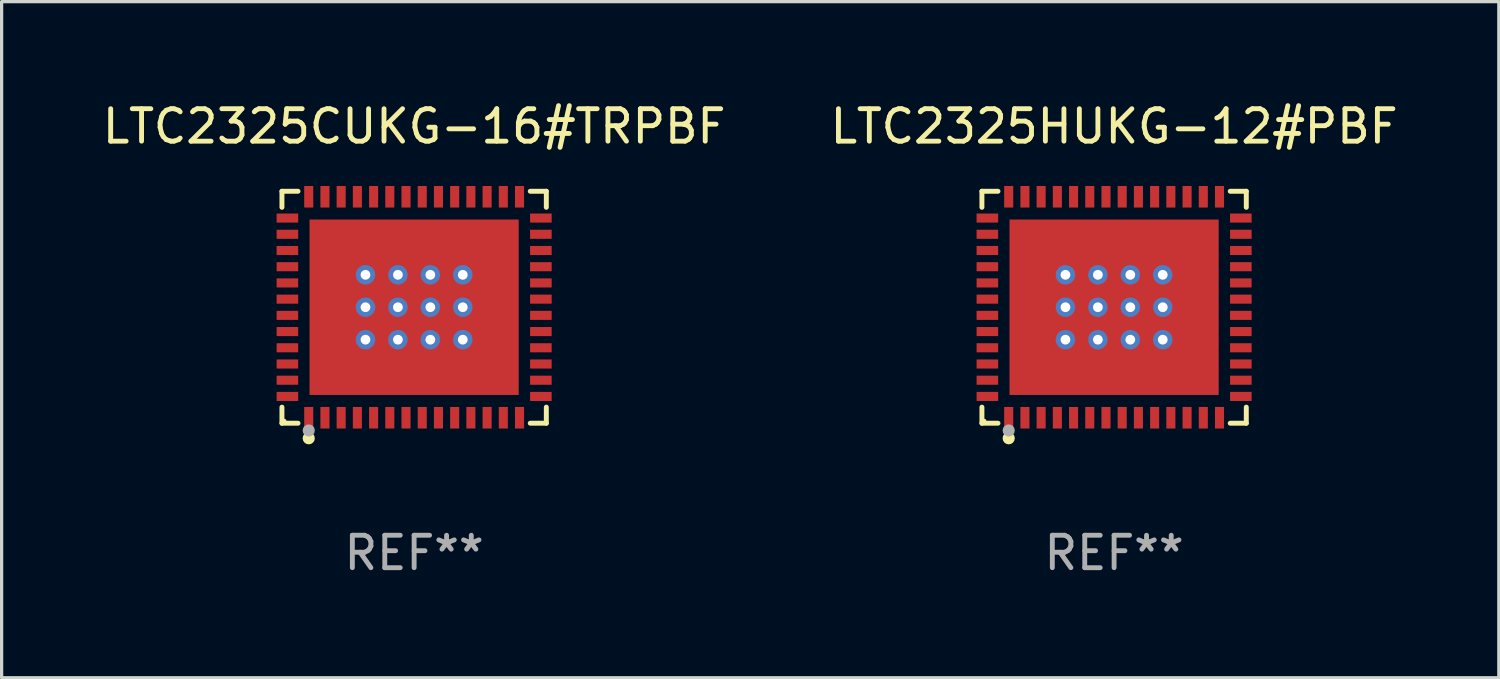
<source format=kicad_pcb>
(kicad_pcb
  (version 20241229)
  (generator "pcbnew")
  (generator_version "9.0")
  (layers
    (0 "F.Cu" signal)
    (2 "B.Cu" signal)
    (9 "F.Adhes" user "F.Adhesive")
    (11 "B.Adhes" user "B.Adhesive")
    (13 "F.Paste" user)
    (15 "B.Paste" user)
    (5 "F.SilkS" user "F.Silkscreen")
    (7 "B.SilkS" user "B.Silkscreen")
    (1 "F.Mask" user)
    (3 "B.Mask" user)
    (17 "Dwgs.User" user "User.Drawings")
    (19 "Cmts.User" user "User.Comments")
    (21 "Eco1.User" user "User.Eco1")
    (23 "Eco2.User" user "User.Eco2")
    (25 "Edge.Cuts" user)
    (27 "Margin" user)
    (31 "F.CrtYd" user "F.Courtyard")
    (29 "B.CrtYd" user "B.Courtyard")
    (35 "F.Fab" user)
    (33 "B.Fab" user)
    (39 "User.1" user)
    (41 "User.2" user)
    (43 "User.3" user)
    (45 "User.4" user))
  (footprint "LTC2325HUKG-12#PBF"
    (layer "F.Cu")
    (at 31.304 6.424)
    (property "Reference" "LTC2325HUKG-12#PBF" (at 0 -5.576 0) (layer "F.SilkS") (effects (font (size 1 1) (thickness 0.15))))
    (attr through_hole)
    (fp_line (start -4.076 -3.576) (end -3.581 -3.576) (stroke (width 0.152) (type solid)) (layer "F.SilkS"))
    (fp_line (start -4.076 -3.081) (end -4.076 -3.576) (stroke (width 0.152) (type solid)) (layer "F.SilkS"))
    (fp_line (start -4.076 3.081) (end -4.076 3.576) (stroke (width 0.152) (type solid)) (layer "F.SilkS"))
    (fp_line (start -4.076 3.576) (end -3.581 3.576) (stroke (width 0.152) (type solid)) (layer "F.SilkS"))
    (fp_line (start 4.076 -3.576) (end 3.581 -3.576) (stroke (width 0.152) (type solid)) (layer "F.SilkS"))
    (fp_line (start 4.076 -3.081) (end 4.076 -3.576) (stroke (width 0.152) (type solid)) (layer "F.SilkS"))
    (fp_line (start 4.076 3.081) (end 4.076 3.576) (stroke (width 0.152) (type solid)) (layer "F.SilkS"))
    (fp_line (start 4.076 3.576) (end 3.581 3.576) (stroke (width 0.152) (type solid)) (layer "F.SilkS"))
    (fp_circle (center -4 3.5) (end -3.97 3.5) (stroke (width 0.06) (type solid)) (fill no) (layer "F.SilkS"))
    (fp_circle (center -3.25 4.04) (end -3.156 4.04) (stroke (width 0.188) (type solid)) (fill no) (layer "F.SilkS"))
    (fp_circle (center -3.25 3.8) (end -3.156 3.8) (stroke (width 0.188) (type solid)) (fill no) (layer "F.Fab"))
    (fp_text user "REF**" (at 0 7.576 0) (layer "F.Fab") (effects (font (size 1 1) (thickness 0.15))))
    (pad "1" smd rect (at -3.25 3.407) (size 0.28 0.665) (layers "F.Cu" "F.Mask" "F.Paste"))
    (pad "2" smd rect (at -2.75 3.407) (size 0.28 0.665) (layers "F.Cu" "F.Mask" "F.Paste"))
    (pad "3" smd rect (at -2.25 3.407) (size 0.28 0.665) (layers "F.Cu" "F.Mask" "F.Paste"))
    (pad "4" smd rect (at -1.75 3.407) (size 0.28 0.665) (layers "F.Cu" "F.Mask" "F.Paste"))
    (pad "5" smd rect (at -1.25 3.407) (size 0.28 0.665) (layers "F.Cu" "F.Mask" "F.Paste"))
    (pad "6" smd rect (at -0.75 3.407) (size 0.28 0.665) (layers "F.Cu" "F.Mask" "F.Paste"))
    (pad "7" smd rect (at -0.25 3.407) (size 0.28 0.665) (layers "F.Cu" "F.Mask" "F.Paste"))
    (pad "8" smd rect (at 0.25 3.407) (size 0.28 0.665) (layers "F.Cu" "F.Mask" "F.Paste"))
    (pad "9" smd rect (at 0.75 3.407) (size 0.28 0.665) (layers "F.Cu" "F.Mask" "F.Paste"))
    (pad "10" smd rect (at 1.25 3.407) (size 0.28 0.665) (layers "F.Cu" "F.Mask" "F.Paste"))
    (pad "11" smd rect (at 1.75 3.407) (size 0.28 0.665) (layers "F.Cu" "F.Mask" "F.Paste"))
    (pad "12" smd rect (at 2.25 3.407) (size 0.28 0.665) (layers "F.Cu" "F.Mask" "F.Paste"))
    (pad "13" smd rect (at 2.75 3.407) (size 0.28 0.665) (layers "F.Cu" "F.Mask" "F.Paste"))
    (pad "14" smd rect (at 3.25 3.407) (size 0.28 0.665) (layers "F.Cu" "F.Mask" "F.Paste"))
    (pad "15" smd rect (at 3.908 2.75) (size 0.665 0.28) (layers "F.Cu" "F.Mask" "F.Paste"))
    (pad "16" smd rect (at 3.908 2.25) (size 0.665 0.28) (layers "F.Cu" "F.Mask" "F.Paste"))
    (pad "17" smd rect (at 3.908 1.75) (size 0.665 0.28) (layers "F.Cu" "F.Mask" "F.Paste"))
    (pad "18" smd rect (at 3.908 1.25) (size 0.665 0.28) (layers "F.Cu" "F.Mask" "F.Paste"))
    (pad "19" smd rect (at 3.908 0.75) (size 0.665 0.28) (layers "F.Cu" "F.Mask" "F.Paste"))
    (pad "20" smd rect (at 3.908 0.25) (size 0.665 0.28) (layers "F.Cu" "F.Mask" "F.Paste"))
    (pad "21" smd rect (at 3.908 -0.25) (size 0.665 0.28) (layers "F.Cu" "F.Mask" "F.Paste"))
    (pad "22" smd rect (at 3.908 -0.75) (size 0.665 0.28) (layers "F.Cu" "F.Mask" "F.Paste"))
    (pad "23" smd rect (at 3.908 -1.25) (size 0.665 0.28) (layers "F.Cu" "F.Mask" "F.Paste"))
    (pad "24" smd rect (at 3.908 -1.75) (size 0.665 0.28) (layers "F.Cu" "F.Mask" "F.Paste"))
    (pad "25" smd rect (at 3.908 -2.25) (size 0.665 0.28) (layers "F.Cu" "F.Mask" "F.Paste"))
    (pad "26" smd rect (at 3.908 -2.75) (size 0.665 0.28) (layers "F.Cu" "F.Mask" "F.Paste"))
    (pad "27" smd rect (at 3.25 -3.407) (size 0.28 0.665) (layers "F.Cu" "F.Mask" "F.Paste"))
    (pad "28" smd rect (at 2.75 -3.407) (size 0.28 0.665) (layers "F.Cu" "F.Mask" "F.Paste"))
    (pad "29" smd rect (at 2.25 -3.407) (size 0.28 0.665) (layers "F.Cu" "F.Mask" "F.Paste"))
    (pad "30" smd rect (at 1.75 -3.407) (size 0.28 0.665) (layers "F.Cu" "F.Mask" "F.Paste"))
    (pad "31" smd rect (at 1.25 -3.407) (size 0.28 0.665) (layers "F.Cu" "F.Mask" "F.Paste"))
    (pad "32" smd rect (at 0.75 -3.407) (size 0.28 0.665) (layers "F.Cu" "F.Mask" "F.Paste"))
    (pad "33" smd rect (at 0.25 -3.407) (size 0.28 0.665) (layers "F.Cu" "F.Mask" "F.Paste"))
    (pad "34" smd rect (at -0.25 -3.407) (size 0.28 0.665) (layers "F.Cu" "F.Mask" "F.Paste"))
    (pad "35" smd rect (at -0.75 -3.407) (size 0.28 0.665) (layers "F.Cu" "F.Mask" "F.Paste"))
    (pad "36" smd rect (at -1.25 -3.407) (size 0.28 0.665) (layers "F.Cu" "F.Mask" "F.Paste"))
    (pad "37" smd rect (at -1.75 -3.407) (size 0.28 0.665) (layers "F.Cu" "F.Mask" "F.Paste"))
    (pad "38" smd rect (at -2.25 -3.407) (size 0.28 0.665) (layers "F.Cu" "F.Mask" "F.Paste"))
    (pad "39" smd rect (at -2.75 -3.407) (size 0.28 0.665) (layers "F.Cu" "F.Mask" "F.Paste"))
    (pad "40" smd rect (at -3.25 -3.407) (size 0.28 0.665) (layers "F.Cu" "F.Mask" "F.Paste"))
    (pad "41" smd rect (at -3.908 -2.75) (size 0.665 0.28) (layers "F.Cu" "F.Mask" "F.Paste"))
    (pad "42" smd rect (at -3.908 -2.25) (size 0.665 0.28) (layers "F.Cu" "F.Mask" "F.Paste"))
    (pad "43" smd rect (at -3.908 -1.75) (size 0.665 0.28) (layers "F.Cu" "F.Mask" "F.Paste"))
    (pad "44" smd rect (at -3.908 -1.25) (size 0.665 0.28) (layers "F.Cu" "F.Mask" "F.Paste"))
    (pad "45" smd rect (at -3.908 -0.75) (size 0.665 0.28) (layers "F.Cu" "F.Mask" "F.Paste"))
    (pad "46" smd rect (at -3.908 -0.25) (size 0.665 0.28) (layers "F.Cu" "F.Mask" "F.Paste"))
    (pad "47" smd rect (at -3.908 0.25) (size 0.665 0.28) (layers "F.Cu" "F.Mask" "F.Paste"))
    (pad "48" smd rect (at -3.908 0.75) (size 0.665 0.28) (layers "F.Cu" "F.Mask" "F.Paste"))
    (pad "49" smd rect (at -3.908 1.25) (size 0.665 0.28) (layers "F.Cu" "F.Mask" "F.Paste"))
    (pad "50" smd rect (at -3.908 1.75) (size 0.665 0.28) (layers "F.Cu" "F.Mask" "F.Paste"))
    (pad "51" smd rect (at -3.908 2.25) (size 0.665 0.28) (layers "F.Cu" "F.Mask" "F.Paste"))
    (pad "52" smd rect (at -3.908 2.75) (size 0.665 0.28) (layers "F.Cu" "F.Mask" "F.Paste"))
    (pad "53" thru_hole circle (at -1.5 -1) (size 0.6 0.6) (drill 0.3) (layers "*.Cu" "*.Mask"))
    (pad "53" thru_hole circle (at -1.5 0) (size 0.6 0.6) (drill 0.3) (layers "*.Cu" "*.Mask"))
    (pad "53" thru_hole circle (at -1.5 1) (size 0.6 0.6) (drill 0.3) (layers "*.Cu" "*.Mask"))
    (pad "53" thru_hole circle (at -0.5 -1) (size 0.6 0.6) (drill 0.3) (layers "*.Cu" "*.Mask"))
    (pad "53" thru_hole circle (at -0.5 0) (size 0.6 0.6) (drill 0.3) (layers "*.Cu" "*.Mask"))
    (pad "53" thru_hole circle (at -0.5 1) (size 0.6 0.6) (drill 0.3) (layers "*.Cu" "*.Mask"))
    (pad "53" smd rect (at 0 0) (size 6.45 5.41) (layers "F.Cu" "F.Mask" "F.Paste"))
    (pad "53" thru_hole circle (at 0.5 -1) (size 0.6 0.6) (drill 0.3) (layers "*.Cu" "*.Mask"))
    (pad "53" thru_hole circle (at 0.5 0) (size 0.6 0.6) (drill 0.3) (layers "*.Cu" "*.Mask"))
    (pad "53" thru_hole circle (at 0.5 1) (size 0.6 0.6) (drill 0.3) (layers "*.Cu" "*.Mask"))
    (pad "53" thru_hole circle (at 1.5 -1) (size 0.6 0.6) (drill 0.3) (layers "*.Cu" "*.Mask"))
    (pad "53" thru_hole circle (at 1.5 0) (size 0.6 0.6) (drill 0.3) (layers "*.Cu" "*.Mask"))
    (pad "53" thru_hole circle (at 1.5 1) (size 0.6 0.6) (drill 0.3) (layers "*.Cu" "*.Mask")))
  (footprint "LTC2325CUKG-16#TRPBF"
    (layer "F.Cu")
    (at 9.72 6.424)
    (property "Reference" "LTC2325CUKG-16#TRPBF" (at 0 -5.576 0) (layer "F.SilkS") (effects (font (size 1 1) (thickness 0.15))))
    (attr through_hole)
    (fp_line (start -4.076 -3.576) (end -3.581 -3.576) (stroke (width 0.152) (type solid)) (layer "F.SilkS"))
    (fp_line (start -4.076 -3.081) (end -4.076 -3.576) (stroke (width 0.152) (type solid)) (layer "F.SilkS"))
    (fp_line (start -4.076 3.081) (end -4.076 3.576) (stroke (width 0.152) (type solid)) (layer "F.SilkS"))
    (fp_line (start -4.076 3.576) (end -3.581 3.576) (stroke (width 0.152) (type solid)) (layer "F.SilkS"))
    (fp_line (start 4.076 -3.576) (end 3.581 -3.576) (stroke (width 0.152) (type solid)) (layer "F.SilkS"))
    (fp_line (start 4.076 -3.081) (end 4.076 -3.576) (stroke (width 0.152) (type solid)) (layer "F.SilkS"))
    (fp_line (start 4.076 3.081) (end 4.076 3.576) (stroke (width 0.152) (type solid)) (layer "F.SilkS"))
    (fp_line (start 4.076 3.576) (end 3.581 3.576) (stroke (width 0.152) (type solid)) (layer "F.SilkS"))
    (fp_circle (center -4 3.5) (end -3.97 3.5) (stroke (width 0.06) (type solid)) (fill no) (layer "F.SilkS"))
    (fp_circle (center -3.25 4.04) (end -3.156 4.04) (stroke (width 0.188) (type solid)) (fill no) (layer "F.SilkS"))
    (fp_circle (center -3.25 3.8) (end -3.156 3.8) (stroke (width 0.188) (type solid)) (fill no) (layer "F.Fab"))
    (fp_text user "REF**" (at 0 7.576 0) (layer "F.Fab") (effects (font (size 1 1) (thickness 0.15))))
    (pad "1" smd rect (at -3.25 3.407) (size 0.28 0.665) (layers "F.Cu" "F.Mask" "F.Paste"))
    (pad "2" smd rect (at -2.75 3.407) (size 0.28 0.665) (layers "F.Cu" "F.Mask" "F.Paste"))
    (pad "3" smd rect (at -2.25 3.407) (size 0.28 0.665) (layers "F.Cu" "F.Mask" "F.Paste"))
    (pad "4" smd rect (at -1.75 3.407) (size 0.28 0.665) (layers "F.Cu" "F.Mask" "F.Paste"))
    (pad "5" smd rect (at -1.25 3.407) (size 0.28 0.665) (layers "F.Cu" "F.Mask" "F.Paste"))
    (pad "6" smd rect (at -0.75 3.407) (size 0.28 0.665) (layers "F.Cu" "F.Mask" "F.Paste"))
    (pad "7" smd rect (at -0.25 3.407) (size 0.28 0.665) (layers "F.Cu" "F.Mask" "F.Paste"))
    (pad "8" smd rect (at 0.25 3.407) (size 0.28 0.665) (layers "F.Cu" "F.Mask" "F.Paste"))
    (pad "9" smd rect (at 0.75 3.407) (size 0.28 0.665) (layers "F.Cu" "F.Mask" "F.Paste"))
    (pad "10" smd rect (at 1.25 3.407) (size 0.28 0.665) (layers "F.Cu" "F.Mask" "F.Paste"))
    (pad "11" smd rect (at 1.75 3.407) (size 0.28 0.665) (layers "F.Cu" "F.Mask" "F.Paste"))
    (pad "12" smd rect (at 2.25 3.407) (size 0.28 0.665) (layers "F.Cu" "F.Mask" "F.Paste"))
    (pad "13" smd rect (at 2.75 3.407) (size 0.28 0.665) (layers "F.Cu" "F.Mask" "F.Paste"))
    (pad "14" smd rect (at 3.25 3.407) (size 0.28 0.665) (layers "F.Cu" "F.Mask" "F.Paste"))
    (pad "15" smd rect (at 3.908 2.75) (size 0.665 0.28) (layers "F.Cu" "F.Mask" "F.Paste"))
    (pad "16" smd rect (at 3.908 2.25) (size 0.665 0.28) (layers "F.Cu" "F.Mask" "F.Paste"))
    (pad "17" smd rect (at 3.908 1.75) (size 0.665 0.28) (layers "F.Cu" "F.Mask" "F.Paste"))
    (pad "18" smd rect (at 3.908 1.25) (size 0.665 0.28) (layers "F.Cu" "F.Mask" "F.Paste"))
    (pad "19" smd rect (at 3.908 0.75) (size 0.665 0.28) (layers "F.Cu" "F.Mask" "F.Paste"))
    (pad "20" smd rect (at 3.908 0.25) (size 0.665 0.28) (layers "F.Cu" "F.Mask" "F.Paste"))
    (pad "21" smd rect (at 3.908 -0.25) (size 0.665 0.28) (layers "F.Cu" "F.Mask" "F.Paste"))
    (pad "22" smd rect (at 3.908 -0.75) (size 0.665 0.28) (layers "F.Cu" "F.Mask" "F.Paste"))
    (pad "23" smd rect (at 3.908 -1.25) (size 0.665 0.28) (layers "F.Cu" "F.Mask" "F.Paste"))
    (pad "24" smd rect (at 3.908 -1.75) (size 0.665 0.28) (layers "F.Cu" "F.Mask" "F.Paste"))
    (pad "25" smd rect (at 3.908 -2.25) (size 0.665 0.28) (layers "F.Cu" "F.Mask" "F.Paste"))
    (pad "26" smd rect (at 3.908 -2.75) (size 0.665 0.28) (layers "F.Cu" "F.Mask" "F.Paste"))
    (pad "27" smd rect (at 3.25 -3.407) (size 0.28 0.665) (layers "F.Cu" "F.Mask" "F.Paste"))
    (pad "28" smd rect (at 2.75 -3.407) (size 0.28 0.665) (layers "F.Cu" "F.Mask" "F.Paste"))
    (pad "29" smd rect (at 2.25 -3.407) (size 0.28 0.665) (layers "F.Cu" "F.Mask" "F.Paste"))
    (pad "30" smd rect (at 1.75 -3.407) (size 0.28 0.665) (layers "F.Cu" "F.Mask" "F.Paste"))
    (pad "31" smd rect (at 1.25 -3.407) (size 0.28 0.665) (layers "F.Cu" "F.Mask" "F.Paste"))
    (pad "32" smd rect (at 0.75 -3.407) (size 0.28 0.665) (layers "F.Cu" "F.Mask" "F.Paste"))
    (pad "33" smd rect (at 0.25 -3.407) (size 0.28 0.665) (layers "F.Cu" "F.Mask" "F.Paste"))
    (pad "34" smd rect (at -0.25 -3.407) (size 0.28 0.665) (layers "F.Cu" "F.Mask" "F.Paste"))
    (pad "35" smd rect (at -0.75 -3.407) (size 0.28 0.665) (layers "F.Cu" "F.Mask" "F.Paste"))
    (pad "36" smd rect (at -1.25 -3.407) (size 0.28 0.665) (layers "F.Cu" "F.Mask" "F.Paste"))
    (pad "37" smd rect (at -1.75 -3.407) (size 0.28 0.665) (layers "F.Cu" "F.Mask" "F.Paste"))
    (pad "38" smd rect (at -2.25 -3.407) (size 0.28 0.665) (layers "F.Cu" "F.Mask" "F.Paste"))
    (pad "39" smd rect (at -2.75 -3.407) (size 0.28 0.665) (layers "F.Cu" "F.Mask" "F.Paste"))
    (pad "40" smd rect (at -3.25 -3.407) (size 0.28 0.665) (layers "F.Cu" "F.Mask" "F.Paste"))
    (pad "41" smd rect (at -3.908 -2.75) (size 0.665 0.28) (layers "F.Cu" "F.Mask" "F.Paste"))
    (pad "42" smd rect (at -3.908 -2.25) (size 0.665 0.28) (layers "F.Cu" "F.Mask" "F.Paste"))
    (pad "43" smd rect (at -3.908 -1.75) (size 0.665 0.28) (layers "F.Cu" "F.Mask" "F.Paste"))
    (pad "44" smd rect (at -3.908 -1.25) (size 0.665 0.28) (layers "F.Cu" "F.Mask" "F.Paste"))
    (pad "45" smd rect (at -3.908 -0.75) (size 0.665 0.28) (layers "F.Cu" "F.Mask" "F.Paste"))
    (pad "46" smd rect (at -3.908 -0.25) (size 0.665 0.28) (layers "F.Cu" "F.Mask" "F.Paste"))
    (pad "47" smd rect (at -3.908 0.25) (size 0.665 0.28) (layers "F.Cu" "F.Mask" "F.Paste"))
    (pad "48" smd rect (at -3.908 0.75) (size 0.665 0.28) (layers "F.Cu" "F.Mask" "F.Paste"))
    (pad "49" smd rect (at -3.908 1.25) (size 0.665 0.28) (layers "F.Cu" "F.Mask" "F.Paste"))
    (pad "50" smd rect (at -3.908 1.75) (size 0.665 0.28) (layers "F.Cu" "F.Mask" "F.Paste"))
    (pad "51" smd rect (at -3.908 2.25) (size 0.665 0.28) (layers "F.Cu" "F.Mask" "F.Paste"))
    (pad "52" smd rect (at -3.908 2.75) (size 0.665 0.28) (layers "F.Cu" "F.Mask" "F.Paste"))
    (pad "53" thru_hole circle (at -1.5 -1) (size 0.6 0.6) (drill 0.3) (layers "*.Cu" "*.Mask"))
    (pad "53" thru_hole circle (at -1.5 0) (size 0.6 0.6) (drill 0.3) (layers "*.Cu" "*.Mask"))
    (pad "53" thru_hole circle (at -1.5 1) (size 0.6 0.6) (drill 0.3) (layers "*.Cu" "*.Mask"))
    (pad "53" thru_hole circle (at -0.5 -1) (size 0.6 0.6) (drill 0.3) (layers "*.Cu" "*.Mask"))
    (pad "53" thru_hole circle (at -0.5 0) (size 0.6 0.6) (drill 0.3) (layers "*.Cu" "*.Mask"))
    (pad "53" thru_hole circle (at -0.5 1) (size 0.6 0.6) (drill 0.3) (layers "*.Cu" "*.Mask"))
    (pad "53" smd rect (at 0 0) (size 6.45 5.41) (layers "F.Cu" "F.Mask" "F.Paste"))
    (pad "53" thru_hole circle (at 0.5 -1) (size 0.6 0.6) (drill 0.3) (layers "*.Cu" "*.Mask"))
    (pad "53" thru_hole circle (at 0.5 0) (size 0.6 0.6) (drill 0.3) (layers "*.Cu" "*.Mask"))
    (pad "53" thru_hole circle (at 0.5 1) (size 0.6 0.6) (drill 0.3) (layers "*.Cu" "*.Mask"))
    (pad "53" thru_hole circle (at 1.5 -1) (size 0.6 0.6) (drill 0.3) (layers "*.Cu" "*.Mask"))
    (pad "53" thru_hole circle (at 1.5 0) (size 0.6 0.6) (drill 0.3) (layers "*.Cu" "*.Mask"))
    (pad "53" thru_hole circle (at 1.5 1) (size 0.6 0.6) (drill 0.3) (layers "*.Cu" "*.Mask")))
  (gr_rect
    (start -3 -3)
    (end 43.167 17.849)
    (stroke (width 0.1) (type default))
    (fill no)
    (layer "Edge.Cuts")))
</source>
